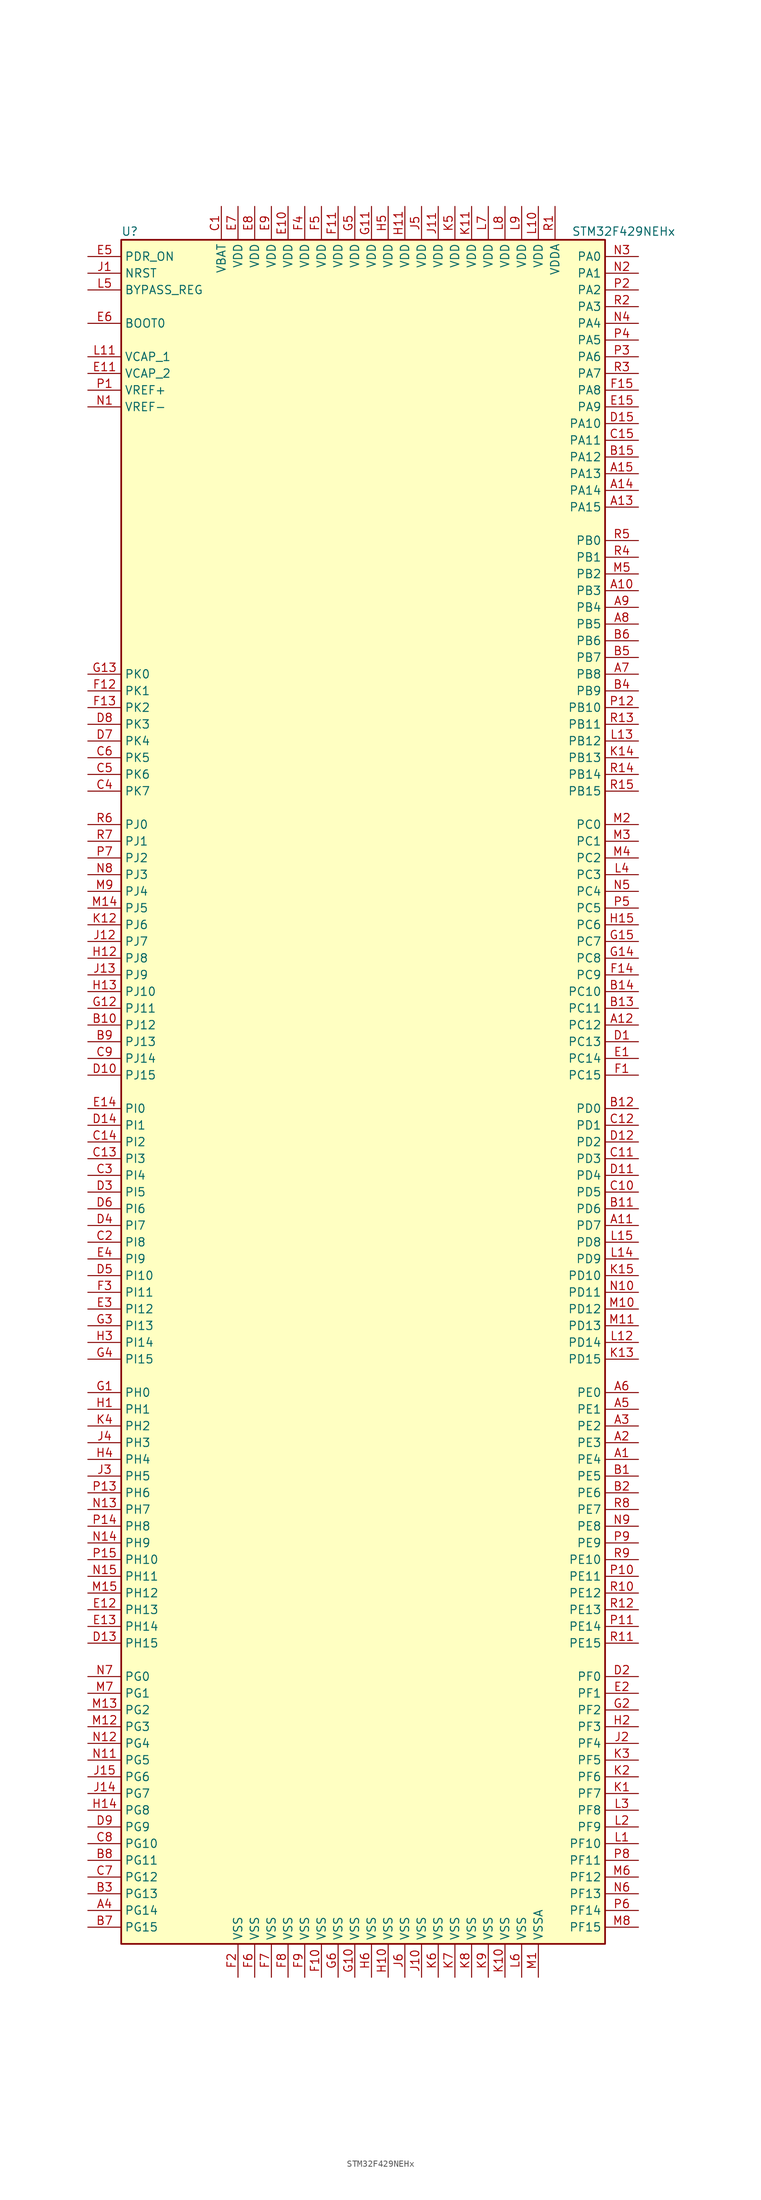
<source format=kicad_sym>
(kicad_symbol_lib
  (version 20211014)
  (generator kicad_symbol_editor)
  (symbol "STM32F429NEHx"
    (property "Reference" "U"
      (at -38.1 130.81 0)
      (effects (font (size 1.27 1.27)) (justify left)))
    (property "Value" "STM32F429NEHx"
      (at 30.48 130.81 0)
      (effects (font (size 1.27 1.27)) (justify left)))
    (symbol "STM32F429NEHx_0_1"
      (rectangle (start -38.1 -129.54) (end 35.56 129.54) (stroke (width 0.254) (type default) (color 0 0 0 0)) (fill (type background))))
    (symbol "STM32F429NEHx_1_1"
      (pin bidirectional line (at 40.64 -55.88 180) (length 5.08) (name "PE4" (effects (font (size 1.27 1.27)))) (number "A1" (effects (font (size 1.27 1.27)))))
      (pin bidirectional line (at 40.64 76.2 180) (length 5.08) (name "PB3" (effects (font (size 1.27 1.27)))) (number "A10" (effects (font (size 1.27 1.27)))))
      (pin bidirectional line (at 40.64 -20.32 180) (length 5.08) (name "PD7" (effects (font (size 1.27 1.27)))) (number "A11" (effects (font (size 1.27 1.27)))))
      (pin bidirectional line (at 40.64 10.16 180) (length 5.08) (name "PC12" (effects (font (size 1.27 1.27)))) (number "A12" (effects (font (size 1.27 1.27)))))
      (pin bidirectional line (at 40.64 88.9 180) (length 5.08) (name "PA15" (effects (font (size 1.27 1.27)))) (number "A13" (effects (font (size 1.27 1.27)))))
      (pin bidirectional line (at 40.64 91.44 180) (length 5.08) (name "PA14" (effects (font (size 1.27 1.27)))) (number "A14" (effects (font (size 1.27 1.27)))))
      (pin bidirectional line (at 40.64 93.98 180) (length 5.08) (name "PA13" (effects (font (size 1.27 1.27)))) (number "A15" (effects (font (size 1.27 1.27)))))
      (pin bidirectional line (at 40.64 -53.34 180) (length 5.08) (name "PE3" (effects (font (size 1.27 1.27)))) (number "A2" (effects (font (size 1.27 1.27)))))
      (pin bidirectional line (at 40.64 -50.8 180) (length 5.08) (name "PE2" (effects (font (size 1.27 1.27)))) (number "A3" (effects (font (size 1.27 1.27)))))
      (pin bidirectional line (at -43.18 -124.46 0) (length 5.08) (name "PG14" (effects (font (size 1.27 1.27)))) (number "A4" (effects (font (size 1.27 1.27)))))
      (pin bidirectional line (at 40.64 -48.26 180) (length 5.08) (name "PE1" (effects (font (size 1.27 1.27)))) (number "A5" (effects (font (size 1.27 1.27)))))
      (pin bidirectional line (at 40.64 -45.72 180) (length 5.08) (name "PE0" (effects (font (size 1.27 1.27)))) (number "A6" (effects (font (size 1.27 1.27)))))
      (pin bidirectional line (at 40.64 63.5 180) (length 5.08) (name "PB8" (effects (font (size 1.27 1.27)))) (number "A7" (effects (font (size 1.27 1.27)))))
      (pin bidirectional line (at 40.64 71.12 180) (length 5.08) (name "PB5" (effects (font (size 1.27 1.27)))) (number "A8" (effects (font (size 1.27 1.27)))))
      (pin bidirectional line (at 40.64 73.66 180) (length 5.08) (name "PB4" (effects (font (size 1.27 1.27)))) (number "A9" (effects (font (size 1.27 1.27)))))
      (pin bidirectional line (at 40.64 -58.42 180) (length 5.08) (name "PE5" (effects (font (size 1.27 1.27)))) (number "B1" (effects (font (size 1.27 1.27)))))
      (pin bidirectional line (at -43.18 10.16 0) (length 5.08) (name "PJ12" (effects (font (size 1.27 1.27)))) (number "B10" (effects (font (size 1.27 1.27)))))
      (pin bidirectional line (at 40.64 -17.78 180) (length 5.08) (name "PD6" (effects (font (size 1.27 1.27)))) (number "B11" (effects (font (size 1.27 1.27)))))
      (pin bidirectional line (at 40.64 -2.54 180) (length 5.08) (name "PD0" (effects (font (size 1.27 1.27)))) (number "B12" (effects (font (size 1.27 1.27)))))
      (pin bidirectional line (at 40.64 12.7 180) (length 5.08) (name "PC11" (effects (font (size 1.27 1.27)))) (number "B13" (effects (font (size 1.27 1.27)))))
      (pin bidirectional line (at 40.64 15.24 180) (length 5.08) (name "PC10" (effects (font (size 1.27 1.27)))) (number "B14" (effects (font (size 1.27 1.27)))))
      (pin bidirectional line (at 40.64 96.52 180) (length 5.08) (name "PA12" (effects (font (size 1.27 1.27)))) (number "B15" (effects (font (size 1.27 1.27)))))
      (pin bidirectional line (at 40.64 -60.96 180) (length 5.08) (name "PE6" (effects (font (size 1.27 1.27)))) (number "B2" (effects (font (size 1.27 1.27)))))
      (pin bidirectional line (at -43.18 -121.92 0) (length 5.08) (name "PG13" (effects (font (size 1.27 1.27)))) (number "B3" (effects (font (size 1.27 1.27)))))
      (pin bidirectional line (at 40.64 60.96 180) (length 5.08) (name "PB9" (effects (font (size 1.27 1.27)))) (number "B4" (effects (font (size 1.27 1.27)))))
      (pin bidirectional line (at 40.64 66.04 180) (length 5.08) (name "PB7" (effects (font (size 1.27 1.27)))) (number "B5" (effects (font (size 1.27 1.27)))))
      (pin bidirectional line (at 40.64 68.58 180) (length 5.08) (name "PB6" (effects (font (size 1.27 1.27)))) (number "B6" (effects (font (size 1.27 1.27)))))
      (pin bidirectional line (at -43.18 -127 0) (length 5.08) (name "PG15" (effects (font (size 1.27 1.27)))) (number "B7" (effects (font (size 1.27 1.27)))))
      (pin bidirectional line (at -43.18 -116.84 0) (length 5.08) (name "PG11" (effects (font (size 1.27 1.27)))) (number "B8" (effects (font (size 1.27 1.27)))))
      (pin bidirectional line (at -43.18 7.62 0) (length 5.08) (name "PJ13" (effects (font (size 1.27 1.27)))) (number "B9" (effects (font (size 1.27 1.27)))))
      (pin power_in line (at -22.86 134.62 270) (length 5.08) (name "VBAT" (effects (font (size 1.27 1.27)))) (number "C1" (effects (font (size 1.27 1.27)))))
      (pin bidirectional line (at 40.64 -15.24 180) (length 5.08) (name "PD5" (effects (font (size 1.27 1.27)))) (number "C10" (effects (font (size 1.27 1.27)))))
      (pin bidirectional line (at 40.64 -10.16 180) (length 5.08) (name "PD3" (effects (font (size 1.27 1.27)))) (number "C11" (effects (font (size 1.27 1.27)))))
      (pin bidirectional line (at 40.64 -5.08 180) (length 5.08) (name "PD1" (effects (font (size 1.27 1.27)))) (number "C12" (effects (font (size 1.27 1.27)))))
      (pin bidirectional line (at -43.18 -10.16 0) (length 5.08) (name "PI3" (effects (font (size 1.27 1.27)))) (number "C13" (effects (font (size 1.27 1.27)))))
      (pin bidirectional line (at -43.18 -7.62 0) (length 5.08) (name "PI2" (effects (font (size 1.27 1.27)))) (number "C14" (effects (font (size 1.27 1.27)))))
      (pin bidirectional line (at 40.64 99.06 180) (length 5.08) (name "PA11" (effects (font (size 1.27 1.27)))) (number "C15" (effects (font (size 1.27 1.27)))))
      (pin bidirectional line (at -43.18 -22.86 0) (length 5.08) (name "PI8" (effects (font (size 1.27 1.27)))) (number "C2" (effects (font (size 1.27 1.27)))))
      (pin bidirectional line (at -43.18 -12.7 0) (length 5.08) (name "PI4" (effects (font (size 1.27 1.27)))) (number "C3" (effects (font (size 1.27 1.27)))))
      (pin bidirectional line (at -43.18 45.72 0) (length 5.08) (name "PK7" (effects (font (size 1.27 1.27)))) (number "C4" (effects (font (size 1.27 1.27)))))
      (pin bidirectional line (at -43.18 48.26 0) (length 5.08) (name "PK6" (effects (font (size 1.27 1.27)))) (number "C5" (effects (font (size 1.27 1.27)))))
      (pin bidirectional line (at -43.18 50.8 0) (length 5.08) (name "PK5" (effects (font (size 1.27 1.27)))) (number "C6" (effects (font (size 1.27 1.27)))))
      (pin bidirectional line (at -43.18 -119.38 0) (length 5.08) (name "PG12" (effects (font (size 1.27 1.27)))) (number "C7" (effects (font (size 1.27 1.27)))))
      (pin bidirectional line (at -43.18 -114.3 0) (length 5.08) (name "PG10" (effects (font (size 1.27 1.27)))) (number "C8" (effects (font (size 1.27 1.27)))))
      (pin bidirectional line (at -43.18 5.08 0) (length 5.08) (name "PJ14" (effects (font (size 1.27 1.27)))) (number "C9" (effects (font (size 1.27 1.27)))))
      (pin bidirectional line (at 40.64 7.62 180) (length 5.08) (name "PC13" (effects (font (size 1.27 1.27)))) (number "D1" (effects (font (size 1.27 1.27)))))
      (pin bidirectional line (at -43.18 2.54 0) (length 5.08) (name "PJ15" (effects (font (size 1.27 1.27)))) (number "D10" (effects (font (size 1.27 1.27)))))
      (pin bidirectional line (at 40.64 -12.7 180) (length 5.08) (name "PD4" (effects (font (size 1.27 1.27)))) (number "D11" (effects (font (size 1.27 1.27)))))
      (pin bidirectional line (at 40.64 -7.62 180) (length 5.08) (name "PD2" (effects (font (size 1.27 1.27)))) (number "D12" (effects (font (size 1.27 1.27)))))
      (pin bidirectional line (at -43.18 -83.82 0) (length 5.08) (name "PH15" (effects (font (size 1.27 1.27)))) (number "D13" (effects (font (size 1.27 1.27)))))
      (pin bidirectional line (at -43.18 -5.08 0) (length 5.08) (name "PI1" (effects (font (size 1.27 1.27)))) (number "D14" (effects (font (size 1.27 1.27)))))
      (pin bidirectional line (at 40.64 101.6 180) (length 5.08) (name "PA10" (effects (font (size 1.27 1.27)))) (number "D15" (effects (font (size 1.27 1.27)))))
      (pin bidirectional line (at 40.64 -88.9 180) (length 5.08) (name "PF0" (effects (font (size 1.27 1.27)))) (number "D2" (effects (font (size 1.27 1.27)))))
      (pin bidirectional line (at -43.18 -15.24 0) (length 5.08) (name "PI5" (effects (font (size 1.27 1.27)))) (number "D3" (effects (font (size 1.27 1.27)))))
      (pin bidirectional line (at -43.18 -20.32 0) (length 5.08) (name "PI7" (effects (font (size 1.27 1.27)))) (number "D4" (effects (font (size 1.27 1.27)))))
      (pin bidirectional line (at -43.18 -27.94 0) (length 5.08) (name "PI10" (effects (font (size 1.27 1.27)))) (number "D5" (effects (font (size 1.27 1.27)))))
      (pin bidirectional line (at -43.18 -17.78 0) (length 5.08) (name "PI6" (effects (font (size 1.27 1.27)))) (number "D6" (effects (font (size 1.27 1.27)))))
      (pin bidirectional line (at -43.18 53.34 0) (length 5.08) (name "PK4" (effects (font (size 1.27 1.27)))) (number "D7" (effects (font (size 1.27 1.27)))))
      (pin bidirectional line (at -43.18 55.88 0) (length 5.08) (name "PK3" (effects (font (size 1.27 1.27)))) (number "D8" (effects (font (size 1.27 1.27)))))
      (pin bidirectional line (at -43.18 -111.76 0) (length 5.08) (name "PG9" (effects (font (size 1.27 1.27)))) (number "D9" (effects (font (size 1.27 1.27)))))
      (pin bidirectional line (at 40.64 5.08 180) (length 5.08) (name "PC14" (effects (font (size 1.27 1.27)))) (number "E1" (effects (font (size 1.27 1.27)))))
      (pin power_in line (at -12.7 134.62 270) (length 5.08) (name "VDD" (effects (font (size 1.27 1.27)))) (number "E10" (effects (font (size 1.27 1.27)))))
      (pin power_in line (at -43.18 109.22 0) (length 5.08) (name "VCAP_2" (effects (font (size 1.27 1.27)))) (number "E11" (effects (font (size 1.27 1.27)))))
      (pin bidirectional line (at -43.18 -78.74 0) (length 5.08) (name "PH13" (effects (font (size 1.27 1.27)))) (number "E12" (effects (font (size 1.27 1.27)))))
      (pin bidirectional line (at -43.18 -81.28 0) (length 5.08) (name "PH14" (effects (font (size 1.27 1.27)))) (number "E13" (effects (font (size 1.27 1.27)))))
      (pin bidirectional line (at -43.18 -2.54 0) (length 5.08) (name "PI0" (effects (font (size 1.27 1.27)))) (number "E14" (effects (font (size 1.27 1.27)))))
      (pin bidirectional line (at 40.64 104.14 180) (length 5.08) (name "PA9" (effects (font (size 1.27 1.27)))) (number "E15" (effects (font (size 1.27 1.27)))))
      (pin bidirectional line (at 40.64 -91.44 180) (length 5.08) (name "PF1" (effects (font (size 1.27 1.27)))) (number "E2" (effects (font (size 1.27 1.27)))))
      (pin bidirectional line (at -43.18 -33.02 0) (length 5.08) (name "PI12" (effects (font (size 1.27 1.27)))) (number "E3" (effects (font (size 1.27 1.27)))))
      (pin bidirectional line (at -43.18 -25.4 0) (length 5.08) (name "PI9" (effects (font (size 1.27 1.27)))) (number "E4" (effects (font (size 1.27 1.27)))))
      (pin input line (at -43.18 127 0) (length 5.08) (name "PDR_ON" (effects (font (size 1.27 1.27)))) (number "E5" (effects (font (size 1.27 1.27)))))
      (pin input line (at -43.18 116.84 0) (length 5.08) (name "BOOT0" (effects (font (size 1.27 1.27)))) (number "E6" (effects (font (size 1.27 1.27)))))
      (pin power_in line (at -20.32 134.62 270) (length 5.08) (name "VDD" (effects (font (size 1.27 1.27)))) (number "E7" (effects (font (size 1.27 1.27)))))
      (pin power_in line (at -17.78 134.62 270) (length 5.08) (name "VDD" (effects (font (size 1.27 1.27)))) (number "E8" (effects (font (size 1.27 1.27)))))
      (pin power_in line (at -15.24 134.62 270) (length 5.08) (name "VDD" (effects (font (size 1.27 1.27)))) (number "E9" (effects (font (size 1.27 1.27)))))
      (pin bidirectional line (at 40.64 2.54 180) (length 5.08) (name "PC15" (effects (font (size 1.27 1.27)))) (number "F1" (effects (font (size 1.27 1.27)))))
      (pin power_in line (at -7.62 -134.62 90) (length 5.08) (name "VSS" (effects (font (size 1.27 1.27)))) (number "F10" (effects (font (size 1.27 1.27)))))
      (pin power_in line (at -5.08 134.62 270) (length 5.08) (name "VDD" (effects (font (size 1.27 1.27)))) (number "F11" (effects (font (size 1.27 1.27)))))
      (pin bidirectional line (at -43.18 60.96 0) (length 5.08) (name "PK1" (effects (font (size 1.27 1.27)))) (number "F12" (effects (font (size 1.27 1.27)))))
      (pin bidirectional line (at -43.18 58.42 0) (length 5.08) (name "PK2" (effects (font (size 1.27 1.27)))) (number "F13" (effects (font (size 1.27 1.27)))))
      (pin bidirectional line (at 40.64 17.78 180) (length 5.08) (name "PC9" (effects (font (size 1.27 1.27)))) (number "F14" (effects (font (size 1.27 1.27)))))
      (pin bidirectional line (at 40.64 106.68 180) (length 5.08) (name "PA8" (effects (font (size 1.27 1.27)))) (number "F15" (effects (font (size 1.27 1.27)))))
      (pin power_in line (at -20.32 -134.62 90) (length 5.08) (name "VSS" (effects (font (size 1.27 1.27)))) (number "F2" (effects (font (size 1.27 1.27)))))
      (pin bidirectional line (at -43.18 -30.48 0) (length 5.08) (name "PI11" (effects (font (size 1.27 1.27)))) (number "F3" (effects (font (size 1.27 1.27)))))
      (pin power_in line (at -10.16 134.62 270) (length 5.08) (name "VDD" (effects (font (size 1.27 1.27)))) (number "F4" (effects (font (size 1.27 1.27)))))
      (pin power_in line (at -7.62 134.62 270) (length 5.08) (name "VDD" (effects (font (size 1.27 1.27)))) (number "F5" (effects (font (size 1.27 1.27)))))
      (pin power_in line (at -17.78 -134.62 90) (length 5.08) (name "VSS" (effects (font (size 1.27 1.27)))) (number "F6" (effects (font (size 1.27 1.27)))))
      (pin power_in line (at -15.24 -134.62 90) (length 5.08) (name "VSS" (effects (font (size 1.27 1.27)))) (number "F7" (effects (font (size 1.27 1.27)))))
      (pin power_in line (at -12.7 -134.62 90) (length 5.08) (name "VSS" (effects (font (size 1.27 1.27)))) (number "F8" (effects (font (size 1.27 1.27)))))
      (pin power_in line (at -10.16 -134.62 90) (length 5.08) (name "VSS" (effects (font (size 1.27 1.27)))) (number "F9" (effects (font (size 1.27 1.27)))))
      (pin input line (at -43.18 -45.72 0) (length 5.08) (name "PH0" (effects (font (size 1.27 1.27)))) (number "G1" (effects (font (size 1.27 1.27)))))
      (pin power_in line (at -2.54 -134.62 90) (length 5.08) (name "VSS" (effects (font (size 1.27 1.27)))) (number "G10" (effects (font (size 1.27 1.27)))))
      (pin power_in line (at 0 134.62 270) (length 5.08) (name "VDD" (effects (font (size 1.27 1.27)))) (number "G11" (effects (font (size 1.27 1.27)))))
      (pin bidirectional line (at -43.18 12.7 0) (length 5.08) (name "PJ11" (effects (font (size 1.27 1.27)))) (number "G12" (effects (font (size 1.27 1.27)))))
      (pin bidirectional line (at -43.18 63.5 0) (length 5.08) (name "PK0" (effects (font (size 1.27 1.27)))) (number "G13" (effects (font (size 1.27 1.27)))))
      (pin bidirectional line (at 40.64 20.32 180) (length 5.08) (name "PC8" (effects (font (size 1.27 1.27)))) (number "G14" (effects (font (size 1.27 1.27)))))
      (pin bidirectional line (at 40.64 22.86 180) (length 5.08) (name "PC7" (effects (font (size 1.27 1.27)))) (number "G15" (effects (font (size 1.27 1.27)))))
      (pin bidirectional line (at 40.64 -93.98 180) (length 5.08) (name "PF2" (effects (font (size 1.27 1.27)))) (number "G2" (effects (font (size 1.27 1.27)))))
      (pin bidirectional line (at -43.18 -35.56 0) (length 5.08) (name "PI13" (effects (font (size 1.27 1.27)))) (number "G3" (effects (font (size 1.27 1.27)))))
      (pin bidirectional line (at -43.18 -40.64 0) (length 5.08) (name "PI15" (effects (font (size 1.27 1.27)))) (number "G4" (effects (font (size 1.27 1.27)))))
      (pin power_in line (at -2.54 134.62 270) (length 5.08) (name "VDD" (effects (font (size 1.27 1.27)))) (number "G5" (effects (font (size 1.27 1.27)))))
      (pin power_in line (at -5.08 -134.62 90) (length 5.08) (name "VSS" (effects (font (size 1.27 1.27)))) (number "G6" (effects (font (size 1.27 1.27)))))
      (pin input line (at -43.18 -48.26 0) (length 5.08) (name "PH1" (effects (font (size 1.27 1.27)))) (number "H1" (effects (font (size 1.27 1.27)))))
      (pin power_in line (at 2.54 -134.62 90) (length 5.08) (name "VSS" (effects (font (size 1.27 1.27)))) (number "H10" (effects (font (size 1.27 1.27)))))
      (pin power_in line (at 5.08 134.62 270) (length 5.08) (name "VDD" (effects (font (size 1.27 1.27)))) (number "H11" (effects (font (size 1.27 1.27)))))
      (pin bidirectional line (at -43.18 20.32 0) (length 5.08) (name "PJ8" (effects (font (size 1.27 1.27)))) (number "H12" (effects (font (size 1.27 1.27)))))
      (pin bidirectional line (at -43.18 15.24 0) (length 5.08) (name "PJ10" (effects (font (size 1.27 1.27)))) (number "H13" (effects (font (size 1.27 1.27)))))
      (pin bidirectional line (at -43.18 -109.22 0) (length 5.08) (name "PG8" (effects (font (size 1.27 1.27)))) (number "H14" (effects (font (size 1.27 1.27)))))
      (pin bidirectional line (at 40.64 25.4 180) (length 5.08) (name "PC6" (effects (font (size 1.27 1.27)))) (number "H15" (effects (font (size 1.27 1.27)))))
      (pin bidirectional line (at 40.64 -96.52 180) (length 5.08) (name "PF3" (effects (font (size 1.27 1.27)))) (number "H2" (effects (font (size 1.27 1.27)))))
      (pin bidirectional line (at -43.18 -38.1 0) (length 5.08) (name "PI14" (effects (font (size 1.27 1.27)))) (number "H3" (effects (font (size 1.27 1.27)))))
      (pin bidirectional line (at -43.18 -55.88 0) (length 5.08) (name "PH4" (effects (font (size 1.27 1.27)))) (number "H4" (effects (font (size 1.27 1.27)))))
      (pin power_in line (at 2.54 134.62 270) (length 5.08) (name "VDD" (effects (font (size 1.27 1.27)))) (number "H5" (effects (font (size 1.27 1.27)))))
      (pin power_in line (at 0 -134.62 90) (length 5.08) (name "VSS" (effects (font (size 1.27 1.27)))) (number "H6" (effects (font (size 1.27 1.27)))))
      (pin input line (at -43.18 124.46 0) (length 5.08) (name "NRST" (effects (font (size 1.27 1.27)))) (number "J1" (effects (font (size 1.27 1.27)))))
      (pin power_in line (at 7.62 -134.62 90) (length 5.08) (name "VSS" (effects (font (size 1.27 1.27)))) (number "J10" (effects (font (size 1.27 1.27)))))
      (pin power_in line (at 10.16 134.62 270) (length 5.08) (name "VDD" (effects (font (size 1.27 1.27)))) (number "J11" (effects (font (size 1.27 1.27)))))
      (pin bidirectional line (at -43.18 22.86 0) (length 5.08) (name "PJ7" (effects (font (size 1.27 1.27)))) (number "J12" (effects (font (size 1.27 1.27)))))
      (pin bidirectional line (at -43.18 17.78 0) (length 5.08) (name "PJ9" (effects (font (size 1.27 1.27)))) (number "J13" (effects (font (size 1.27 1.27)))))
      (pin bidirectional line (at -43.18 -106.68 0) (length 5.08) (name "PG7" (effects (font (size 1.27 1.27)))) (number "J14" (effects (font (size 1.27 1.27)))))
      (pin bidirectional line (at -43.18 -104.14 0) (length 5.08) (name "PG6" (effects (font (size 1.27 1.27)))) (number "J15" (effects (font (size 1.27 1.27)))))
      (pin bidirectional line (at 40.64 -99.06 180) (length 5.08) (name "PF4" (effects (font (size 1.27 1.27)))) (number "J2" (effects (font (size 1.27 1.27)))))
      (pin bidirectional line (at -43.18 -58.42 0) (length 5.08) (name "PH5" (effects (font (size 1.27 1.27)))) (number "J3" (effects (font (size 1.27 1.27)))))
      (pin bidirectional line (at -43.18 -53.34 0) (length 5.08) (name "PH3" (effects (font (size 1.27 1.27)))) (number "J4" (effects (font (size 1.27 1.27)))))
      (pin power_in line (at 7.62 134.62 270) (length 5.08) (name "VDD" (effects (font (size 1.27 1.27)))) (number "J5" (effects (font (size 1.27 1.27)))))
      (pin power_in line (at 5.08 -134.62 90) (length 5.08) (name "VSS" (effects (font (size 1.27 1.27)))) (number "J6" (effects (font (size 1.27 1.27)))))
      (pin bidirectional line (at 40.64 -106.68 180) (length 5.08) (name "PF7" (effects (font (size 1.27 1.27)))) (number "K1" (effects (font (size 1.27 1.27)))))
      (pin power_in line (at 20.32 -134.62 90) (length 5.08) (name "VSS" (effects (font (size 1.27 1.27)))) (number "K10" (effects (font (size 1.27 1.27)))))
      (pin power_in line (at 15.24 134.62 270) (length 5.08) (name "VDD" (effects (font (size 1.27 1.27)))) (number "K11" (effects (font (size 1.27 1.27)))))
      (pin bidirectional line (at -43.18 25.4 0) (length 5.08) (name "PJ6" (effects (font (size 1.27 1.27)))) (number "K12" (effects (font (size 1.27 1.27)))))
      (pin bidirectional line (at 40.64 -40.64 180) (length 5.08) (name "PD15" (effects (font (size 1.27 1.27)))) (number "K13" (effects (font (size 1.27 1.27)))))
      (pin bidirectional line (at 40.64 50.8 180) (length 5.08) (name "PB13" (effects (font (size 1.27 1.27)))) (number "K14" (effects (font (size 1.27 1.27)))))
      (pin bidirectional line (at 40.64 -27.94 180) (length 5.08) (name "PD10" (effects (font (size 1.27 1.27)))) (number "K15" (effects (font (size 1.27 1.27)))))
      (pin bidirectional line (at 40.64 -104.14 180) (length 5.08) (name "PF6" (effects (font (size 1.27 1.27)))) (number "K2" (effects (font (size 1.27 1.27)))))
      (pin bidirectional line (at 40.64 -101.6 180) (length 5.08) (name "PF5" (effects (font (size 1.27 1.27)))) (number "K3" (effects (font (size 1.27 1.27)))))
      (pin bidirectional line (at -43.18 -50.8 0) (length 5.08) (name "PH2" (effects (font (size 1.27 1.27)))) (number "K4" (effects (font (size 1.27 1.27)))))
      (pin power_in line (at 12.7 134.62 270) (length 5.08) (name "VDD" (effects (font (size 1.27 1.27)))) (number "K5" (effects (font (size 1.27 1.27)))))
      (pin power_in line (at 10.16 -134.62 90) (length 5.08) (name "VSS" (effects (font (size 1.27 1.27)))) (number "K6" (effects (font (size 1.27 1.27)))))
      (pin power_in line (at 12.7 -134.62 90) (length 5.08) (name "VSS" (effects (font (size 1.27 1.27)))) (number "K7" (effects (font (size 1.27 1.27)))))
      (pin power_in line (at 15.24 -134.62 90) (length 5.08) (name "VSS" (effects (font (size 1.27 1.27)))) (number "K8" (effects (font (size 1.27 1.27)))))
      (pin power_in line (at 17.78 -134.62 90) (length 5.08) (name "VSS" (effects (font (size 1.27 1.27)))) (number "K9" (effects (font (size 1.27 1.27)))))
      (pin bidirectional line (at 40.64 -114.3 180) (length 5.08) (name "PF10" (effects (font (size 1.27 1.27)))) (number "L1" (effects (font (size 1.27 1.27)))))
      (pin power_in line (at 25.4 134.62 270) (length 5.08) (name "VDD" (effects (font (size 1.27 1.27)))) (number "L10" (effects (font (size 1.27 1.27)))))
      (pin power_in line (at -43.18 111.76 0) (length 5.08) (name "VCAP_1" (effects (font (size 1.27 1.27)))) (number "L11" (effects (font (size 1.27 1.27)))))
      (pin bidirectional line (at 40.64 -38.1 180) (length 5.08) (name "PD14" (effects (font (size 1.27 1.27)))) (number "L12" (effects (font (size 1.27 1.27)))))
      (pin bidirectional line (at 40.64 53.34 180) (length 5.08) (name "PB12" (effects (font (size 1.27 1.27)))) (number "L13" (effects (font (size 1.27 1.27)))))
      (pin bidirectional line (at 40.64 -25.4 180) (length 5.08) (name "PD9" (effects (font (size 1.27 1.27)))) (number "L14" (effects (font (size 1.27 1.27)))))
      (pin bidirectional line (at 40.64 -22.86 180) (length 5.08) (name "PD8" (effects (font (size 1.27 1.27)))) (number "L15" (effects (font (size 1.27 1.27)))))
      (pin bidirectional line (at 40.64 -111.76 180) (length 5.08) (name "PF9" (effects (font (size 1.27 1.27)))) (number "L2" (effects (font (size 1.27 1.27)))))
      (pin bidirectional line (at 40.64 -109.22 180) (length 5.08) (name "PF8" (effects (font (size 1.27 1.27)))) (number "L3" (effects (font (size 1.27 1.27)))))
      (pin bidirectional line (at 40.64 33.02 180) (length 5.08) (name "PC3" (effects (font (size 1.27 1.27)))) (number "L4" (effects (font (size 1.27 1.27)))))
      (pin input line (at -43.18 121.92 0) (length 5.08) (name "BYPASS_REG" (effects (font (size 1.27 1.27)))) (number "L5" (effects (font (size 1.27 1.27)))))
      (pin power_in line (at 22.86 -134.62 90) (length 5.08) (name "VSS" (effects (font (size 1.27 1.27)))) (number "L6" (effects (font (size 1.27 1.27)))))
      (pin power_in line (at 17.78 134.62 270) (length 5.08) (name "VDD" (effects (font (size 1.27 1.27)))) (number "L7" (effects (font (size 1.27 1.27)))))
      (pin power_in line (at 20.32 134.62 270) (length 5.08) (name "VDD" (effects (font (size 1.27 1.27)))) (number "L8" (effects (font (size 1.27 1.27)))))
      (pin power_in line (at 22.86 134.62 270) (length 5.08) (name "VDD" (effects (font (size 1.27 1.27)))) (number "L9" (effects (font (size 1.27 1.27)))))
      (pin power_in line (at 25.4 -134.62 90) (length 5.08) (name "VSSA" (effects (font (size 1.27 1.27)))) (number "M1" (effects (font (size 1.27 1.27)))))
      (pin bidirectional line (at 40.64 -33.02 180) (length 5.08) (name "PD12" (effects (font (size 1.27 1.27)))) (number "M10" (effects (font (size 1.27 1.27)))))
      (pin bidirectional line (at 40.64 -35.56 180) (length 5.08) (name "PD13" (effects (font (size 1.27 1.27)))) (number "M11" (effects (font (size 1.27 1.27)))))
      (pin bidirectional line (at -43.18 -96.52 0) (length 5.08) (name "PG3" (effects (font (size 1.27 1.27)))) (number "M12" (effects (font (size 1.27 1.27)))))
      (pin bidirectional line (at -43.18 -93.98 0) (length 5.08) (name "PG2" (effects (font (size 1.27 1.27)))) (number "M13" (effects (font (size 1.27 1.27)))))
      (pin bidirectional line (at -43.18 27.94 0) (length 5.08) (name "PJ5" (effects (font (size 1.27 1.27)))) (number "M14" (effects (font (size 1.27 1.27)))))
      (pin bidirectional line (at -43.18 -76.2 0) (length 5.08) (name "PH12" (effects (font (size 1.27 1.27)))) (number "M15" (effects (font (size 1.27 1.27)))))
      (pin bidirectional line (at 40.64 40.64 180) (length 5.08) (name "PC0" (effects (font (size 1.27 1.27)))) (number "M2" (effects (font (size 1.27 1.27)))))
      (pin bidirectional line (at 40.64 38.1 180) (length 5.08) (name "PC1" (effects (font (size 1.27 1.27)))) (number "M3" (effects (font (size 1.27 1.27)))))
      (pin bidirectional line (at 40.64 35.56 180) (length 5.08) (name "PC2" (effects (font (size 1.27 1.27)))) (number "M4" (effects (font (size 1.27 1.27)))))
      (pin bidirectional line (at 40.64 78.74 180) (length 5.08) (name "PB2" (effects (font (size 1.27 1.27)))) (number "M5" (effects (font (size 1.27 1.27)))))
      (pin bidirectional line (at 40.64 -119.38 180) (length 5.08) (name "PF12" (effects (font (size 1.27 1.27)))) (number "M6" (effects (font (size 1.27 1.27)))))
      (pin bidirectional line (at -43.18 -91.44 0) (length 5.08) (name "PG1" (effects (font (size 1.27 1.27)))) (number "M7" (effects (font (size 1.27 1.27)))))
      (pin bidirectional line (at 40.64 -127 180) (length 5.08) (name "PF15" (effects (font (size 1.27 1.27)))) (number "M8" (effects (font (size 1.27 1.27)))))
      (pin bidirectional line (at -43.18 30.48 0) (length 5.08) (name "PJ4" (effects (font (size 1.27 1.27)))) (number "M9" (effects (font (size 1.27 1.27)))))
      (pin power_in line (at -43.18 104.14 0) (length 5.08) (name "VREF-" (effects (font (size 1.27 1.27)))) (number "N1" (effects (font (size 1.27 1.27)))))
      (pin bidirectional line (at 40.64 -30.48 180) (length 5.08) (name "PD11" (effects (font (size 1.27 1.27)))) (number "N10" (effects (font (size 1.27 1.27)))))
      (pin bidirectional line (at -43.18 -101.6 0) (length 5.08) (name "PG5" (effects (font (size 1.27 1.27)))) (number "N11" (effects (font (size 1.27 1.27)))))
      (pin bidirectional line (at -43.18 -99.06 0) (length 5.08) (name "PG4" (effects (font (size 1.27 1.27)))) (number "N12" (effects (font (size 1.27 1.27)))))
      (pin bidirectional line (at -43.18 -63.5 0) (length 5.08) (name "PH7" (effects (font (size 1.27 1.27)))) (number "N13" (effects (font (size 1.27 1.27)))))
      (pin bidirectional line (at -43.18 -68.58 0) (length 5.08) (name "PH9" (effects (font (size 1.27 1.27)))) (number "N14" (effects (font (size 1.27 1.27)))))
      (pin bidirectional line (at -43.18 -73.66 0) (length 5.08) (name "PH11" (effects (font (size 1.27 1.27)))) (number "N15" (effects (font (size 1.27 1.27)))))
      (pin bidirectional line (at 40.64 124.46 180) (length 5.08) (name "PA1" (effects (font (size 1.27 1.27)))) (number "N2" (effects (font (size 1.27 1.27)))))
      (pin bidirectional line (at 40.64 127 180) (length 5.08) (name "PA0" (effects (font (size 1.27 1.27)))) (number "N3" (effects (font (size 1.27 1.27)))))
      (pin bidirectional line (at 40.64 116.84 180) (length 5.08) (name "PA4" (effects (font (size 1.27 1.27)))) (number "N4" (effects (font (size 1.27 1.27)))))
      (pin bidirectional line (at 40.64 30.48 180) (length 5.08) (name "PC4" (effects (font (size 1.27 1.27)))) (number "N5" (effects (font (size 1.27 1.27)))))
      (pin bidirectional line (at 40.64 -121.92 180) (length 5.08) (name "PF13" (effects (font (size 1.27 1.27)))) (number "N6" (effects (font (size 1.27 1.27)))))
      (pin bidirectional line (at -43.18 -88.9 0) (length 5.08) (name "PG0" (effects (font (size 1.27 1.27)))) (number "N7" (effects (font (size 1.27 1.27)))))
      (pin bidirectional line (at -43.18 33.02 0) (length 5.08) (name "PJ3" (effects (font (size 1.27 1.27)))) (number "N8" (effects (font (size 1.27 1.27)))))
      (pin bidirectional line (at 40.64 -66.04 180) (length 5.08) (name "PE8" (effects (font (size 1.27 1.27)))) (number "N9" (effects (font (size 1.27 1.27)))))
      (pin power_in line (at -43.18 106.68 0) (length 5.08) (name "VREF+" (effects (font (size 1.27 1.27)))) (number "P1" (effects (font (size 1.27 1.27)))))
      (pin bidirectional line (at 40.64 -73.66 180) (length 5.08) (name "PE11" (effects (font (size 1.27 1.27)))) (number "P10" (effects (font (size 1.27 1.27)))))
      (pin bidirectional line (at 40.64 -81.28 180) (length 5.08) (name "PE14" (effects (font (size 1.27 1.27)))) (number "P11" (effects (font (size 1.27 1.27)))))
      (pin bidirectional line (at 40.64 58.42 180) (length 5.08) (name "PB10" (effects (font (size 1.27 1.27)))) (number "P12" (effects (font (size 1.27 1.27)))))
      (pin bidirectional line (at -43.18 -60.96 0) (length 5.08) (name "PH6" (effects (font (size 1.27 1.27)))) (number "P13" (effects (font (size 1.27 1.27)))))
      (pin bidirectional line (at -43.18 -66.04 0) (length 5.08) (name "PH8" (effects (font (size 1.27 1.27)))) (number "P14" (effects (font (size 1.27 1.27)))))
      (pin bidirectional line (at -43.18 -71.12 0) (length 5.08) (name "PH10" (effects (font (size 1.27 1.27)))) (number "P15" (effects (font (size 1.27 1.27)))))
      (pin bidirectional line (at 40.64 121.92 180) (length 5.08) (name "PA2" (effects (font (size 1.27 1.27)))) (number "P2" (effects (font (size 1.27 1.27)))))
      (pin bidirectional line (at 40.64 111.76 180) (length 5.08) (name "PA6" (effects (font (size 1.27 1.27)))) (number "P3" (effects (font (size 1.27 1.27)))))
      (pin bidirectional line (at 40.64 114.3 180) (length 5.08) (name "PA5" (effects (font (size 1.27 1.27)))) (number "P4" (effects (font (size 1.27 1.27)))))
      (pin bidirectional line (at 40.64 27.94 180) (length 5.08) (name "PC5" (effects (font (size 1.27 1.27)))) (number "P5" (effects (font (size 1.27 1.27)))))
      (pin bidirectional line (at 40.64 -124.46 180) (length 5.08) (name "PF14" (effects (font (size 1.27 1.27)))) (number "P6" (effects (font (size 1.27 1.27)))))
      (pin bidirectional line (at -43.18 35.56 0) (length 5.08) (name "PJ2" (effects (font (size 1.27 1.27)))) (number "P7" (effects (font (size 1.27 1.27)))))
      (pin bidirectional line (at 40.64 -116.84 180) (length 5.08) (name "PF11" (effects (font (size 1.27 1.27)))) (number "P8" (effects (font (size 1.27 1.27)))))
      (pin bidirectional line (at 40.64 -68.58 180) (length 5.08) (name "PE9" (effects (font (size 1.27 1.27)))) (number "P9" (effects (font (size 1.27 1.27)))))
      (pin power_in line (at 27.94 134.62 270) (length 5.08) (name "VDDA" (effects (font (size 1.27 1.27)))) (number "R1" (effects (font (size 1.27 1.27)))))
      (pin bidirectional line (at 40.64 -76.2 180) (length 5.08) (name "PE12" (effects (font (size 1.27 1.27)))) (number "R10" (effects (font (size 1.27 1.27)))))
      (pin bidirectional line (at 40.64 -83.82 180) (length 5.08) (name "PE15" (effects (font (size 1.27 1.27)))) (number "R11" (effects (font (size 1.27 1.27)))))
      (pin bidirectional line (at 40.64 -78.74 180) (length 5.08) (name "PE13" (effects (font (size 1.27 1.27)))) (number "R12" (effects (font (size 1.27 1.27)))))
      (pin bidirectional line (at 40.64 55.88 180) (length 5.08) (name "PB11" (effects (font (size 1.27 1.27)))) (number "R13" (effects (font (size 1.27 1.27)))))
      (pin bidirectional line (at 40.64 48.26 180) (length 5.08) (name "PB14" (effects (font (size 1.27 1.27)))) (number "R14" (effects (font (size 1.27 1.27)))))
      (pin bidirectional line (at 40.64 45.72 180) (length 5.08) (name "PB15" (effects (font (size 1.27 1.27)))) (number "R15" (effects (font (size 1.27 1.27)))))
      (pin bidirectional line (at 40.64 119.38 180) (length 5.08) (name "PA3" (effects (font (size 1.27 1.27)))) (number "R2" (effects (font (size 1.27 1.27)))))
      (pin bidirectional line (at 40.64 109.22 180) (length 5.08) (name "PA7" (effects (font (size 1.27 1.27)))) (number "R3" (effects (font (size 1.27 1.27)))))
      (pin bidirectional line (at 40.64 81.28 180) (length 5.08) (name "PB1" (effects (font (size 1.27 1.27)))) (number "R4" (effects (font (size 1.27 1.27)))))
      (pin bidirectional line (at 40.64 83.82 180) (length 5.08) (name "PB0" (effects (font (size 1.27 1.27)))) (number "R5" (effects (font (size 1.27 1.27)))))
      (pin bidirectional line (at -43.18 40.64 0) (length 5.08) (name "PJ0" (effects (font (size 1.27 1.27)))) (number "R6" (effects (font (size 1.27 1.27)))))
      (pin bidirectional line (at -43.18 38.1 0) (length 5.08) (name "PJ1" (effects (font (size 1.27 1.27)))) (number "R7" (effects (font (size 1.27 1.27)))))
      (pin bidirectional line (at 40.64 -63.5 180) (length 5.08) (name "PE7" (effects (font (size 1.27 1.27)))) (number "R8" (effects (font (size 1.27 1.27)))))
      (pin bidirectional line (at 40.64 -71.12 180) (length 5.08) (name "PE10" (effects (font (size 1.27 1.27)))) (number "R9" (effects (font (size 1.27 1.27))))))))
</source>
